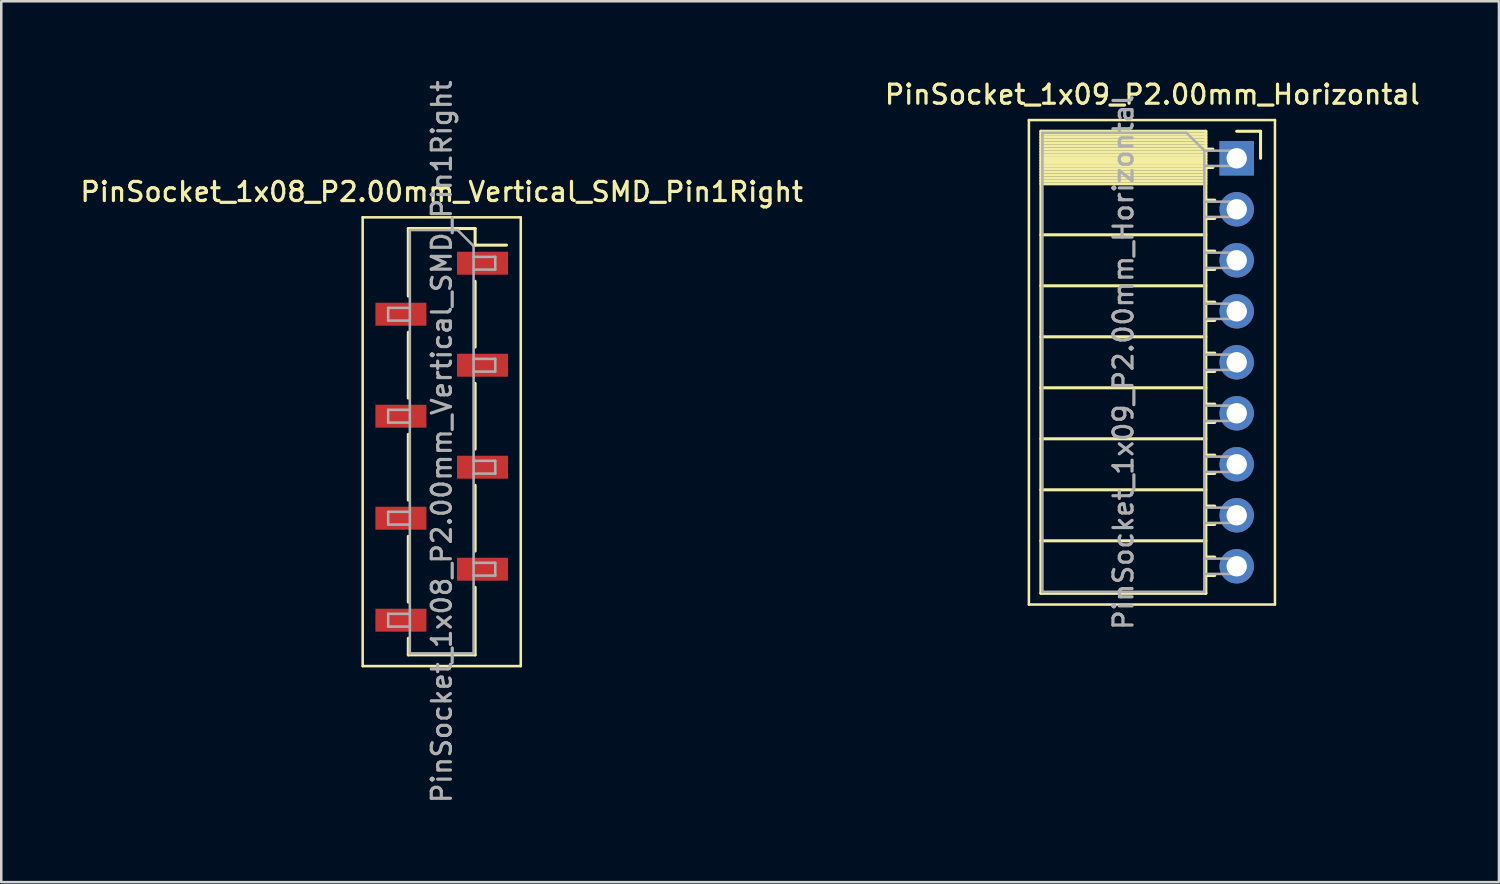
<source format=kicad_pcb>
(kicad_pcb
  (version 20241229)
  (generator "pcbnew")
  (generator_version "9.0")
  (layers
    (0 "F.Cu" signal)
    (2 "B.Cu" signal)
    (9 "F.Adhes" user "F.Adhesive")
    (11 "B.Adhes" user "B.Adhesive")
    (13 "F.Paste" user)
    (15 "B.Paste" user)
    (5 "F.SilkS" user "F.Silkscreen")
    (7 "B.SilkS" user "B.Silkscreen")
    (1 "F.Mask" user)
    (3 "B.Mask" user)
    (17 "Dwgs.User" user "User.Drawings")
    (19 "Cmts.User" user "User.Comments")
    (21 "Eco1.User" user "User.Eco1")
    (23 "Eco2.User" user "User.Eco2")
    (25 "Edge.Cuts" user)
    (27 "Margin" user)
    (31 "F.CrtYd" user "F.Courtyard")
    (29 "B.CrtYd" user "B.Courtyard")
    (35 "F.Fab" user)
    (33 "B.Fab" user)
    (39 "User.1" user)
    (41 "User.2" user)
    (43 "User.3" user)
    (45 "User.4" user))
  (footprint "PinSocket_1x09_P2.00mm_Horizontal"
    (layer "F.Cu")
    (at 45.451 3.158)
    (property "Reference" "PinSocket_1x09_P2.00mm_Horizontal" (at -3.31 -2.5 0) (layer "F.SilkS") (effects (font (size 0.75 0.75) (thickness 0.125))))
    (attr through_hole)
    (fp_line (start -8.15 -1.5) (end -8.15 17.5) (stroke (width 0.1) (type solid)) (layer "F.SilkS"))
    (fp_line (start -8.15 17.5) (end 1.5 17.5) (stroke (width 0.1) (type solid)) (layer "F.SilkS"))
    (fp_line (start -7.68 -1.06) (end -7.68 17.06) (stroke (width 0.12) (type solid)) (layer "F.SilkS"))
    (fp_line (start -7.68 -1.06) (end -1.21 -1.06) (stroke (width 0.12) (type solid)) (layer "F.SilkS"))
    (fp_line (start -7.68 -0.94) (end -1.21 -0.94) (stroke (width 0.12) (type solid)) (layer "F.SilkS"))
    (fp_line (start -7.68 -0.826) (end -1.21 -0.826) (stroke (width 0.12) (type solid)) (layer "F.SilkS"))
    (fp_line (start -7.68 -0.712) (end -1.21 -0.712) (stroke (width 0.12) (type solid)) (layer "F.SilkS"))
    (fp_line (start -7.68 -0.598) (end -1.21 -0.598) (stroke (width 0.12) (type solid)) (layer "F.SilkS"))
    (fp_line (start -7.68 -0.484) (end -1.21 -0.484) (stroke (width 0.12) (type solid)) (layer "F.SilkS"))
    (fp_line (start -7.68 -0.369) (end -1.21 -0.369) (stroke (width 0.12) (type solid)) (layer "F.SilkS"))
    (fp_line (start -7.68 -0.255) (end -1.21 -0.255) (stroke (width 0.12) (type solid)) (layer "F.SilkS"))
    (fp_line (start -7.68 -0.141) (end -1.21 -0.141) (stroke (width 0.12) (type solid)) (layer "F.SilkS"))
    (fp_line (start -7.68 -0.027) (end -1.21 -0.027) (stroke (width 0.12) (type solid)) (layer "F.SilkS"))
    (fp_line (start -7.68 0.087) (end -1.21 0.087) (stroke (width 0.12) (type solid)) (layer "F.SilkS"))
    (fp_line (start -7.68 0.201) (end -1.21 0.201) (stroke (width 0.12) (type solid)) (layer "F.SilkS"))
    (fp_line (start -7.68 0.315) (end -1.21 0.315) (stroke (width 0.12) (type solid)) (layer "F.SilkS"))
    (fp_line (start -7.68 0.429) (end -1.21 0.429) (stroke (width 0.12) (type solid)) (layer "F.SilkS"))
    (fp_line (start -7.68 0.544) (end -1.21 0.544) (stroke (width 0.12) (type solid)) (layer "F.SilkS"))
    (fp_line (start -7.68 0.658) (end -1.21 0.658) (stroke (width 0.12) (type solid)) (layer "F.SilkS"))
    (fp_line (start -7.68 0.772) (end -1.21 0.772) (stroke (width 0.12) (type solid)) (layer "F.SilkS"))
    (fp_line (start -7.68 0.886) (end -1.21 0.886) (stroke (width 0.12) (type solid)) (layer "F.SilkS"))
    (fp_line (start -7.68 1) (end -1.21 1) (stroke (width 0.12) (type solid)) (layer "F.SilkS"))
    (fp_line (start -7.68 3) (end -1.21 3) (stroke (width 0.12) (type solid)) (layer "F.SilkS"))
    (fp_line (start -7.68 5) (end -1.21 5) (stroke (width 0.12) (type solid)) (layer "F.SilkS"))
    (fp_line (start -7.68 7) (end -1.21 7) (stroke (width 0.12) (type solid)) (layer "F.SilkS"))
    (fp_line (start -7.68 9) (end -1.21 9) (stroke (width 0.12) (type solid)) (layer "F.SilkS"))
    (fp_line (start -7.68 11) (end -1.21 11) (stroke (width 0.12) (type solid)) (layer "F.SilkS"))
    (fp_line (start -7.68 13) (end -1.21 13) (stroke (width 0.12) (type solid)) (layer "F.SilkS"))
    (fp_line (start -7.68 15) (end -1.21 15) (stroke (width 0.12) (type solid)) (layer "F.SilkS"))
    (fp_line (start -7.68 17.06) (end -1.21 17.06) (stroke (width 0.12) (type solid)) (layer "F.SilkS"))
    (fp_line (start -1.21 -1.06) (end -1.21 17.06) (stroke (width 0.12) (type solid)) (layer "F.SilkS"))
    (fp_line (start -1.21 -0.36) (end -0.935 -0.36) (stroke (width 0.12) (type solid)) (layer "F.SilkS"))
    (fp_line (start -1.21 0.36) (end -0.935 0.36) (stroke (width 0.12) (type solid)) (layer "F.SilkS"))
    (fp_line (start -1.21 1.64) (end -0.863 1.64) (stroke (width 0.12) (type solid)) (layer "F.SilkS"))
    (fp_line (start -1.21 2.36) (end -0.863 2.36) (stroke (width 0.12) (type solid)) (layer "F.SilkS"))
    (fp_line (start -1.21 3.64) (end -0.863 3.64) (stroke (width 0.12) (type solid)) (layer "F.SilkS"))
    (fp_line (start -1.21 4.36) (end -0.863 4.36) (stroke (width 0.12) (type solid)) (layer "F.SilkS"))
    (fp_line (start -1.21 5.64) (end -0.863 5.64) (stroke (width 0.12) (type solid)) (layer "F.SilkS"))
    (fp_line (start -1.21 6.36) (end -0.863 6.36) (stroke (width 0.12) (type solid)) (layer "F.SilkS"))
    (fp_line (start -1.21 7.64) (end -0.863 7.64) (stroke (width 0.12) (type solid)) (layer "F.SilkS"))
    (fp_line (start -1.21 8.36) (end -0.863 8.36) (stroke (width 0.12) (type solid)) (layer "F.SilkS"))
    (fp_line (start -1.21 9.64) (end -0.863 9.64) (stroke (width 0.12) (type solid)) (layer "F.SilkS"))
    (fp_line (start -1.21 10.36) (end -0.863 10.36) (stroke (width 0.12) (type solid)) (layer "F.SilkS"))
    (fp_line (start -1.21 11.64) (end -0.863 11.64) (stroke (width 0.12) (type solid)) (layer "F.SilkS"))
    (fp_line (start -1.21 12.36) (end -0.863 12.36) (stroke (width 0.12) (type solid)) (layer "F.SilkS"))
    (fp_line (start -1.21 13.64) (end -0.863 13.64) (stroke (width 0.12) (type solid)) (layer "F.SilkS"))
    (fp_line (start -1.21 14.36) (end -0.863 14.36) (stroke (width 0.12) (type solid)) (layer "F.SilkS"))
    (fp_line (start -1.21 15.64) (end -0.863 15.64) (stroke (width 0.12) (type solid)) (layer "F.SilkS"))
    (fp_line (start -1.21 16.36) (end -0.863 16.36) (stroke (width 0.12) (type solid)) (layer "F.SilkS"))
    (fp_line (start 0 -1.06) (end 0.935 -1.06) (stroke (width 0.12) (type solid)) (layer "F.SilkS"))
    (fp_line (start 0.935 -1.06) (end 0.935 0) (stroke (width 0.12) (type solid)) (layer "F.SilkS"))
    (fp_line (start 1.5 -1.5) (end -8.15 -1.5) (stroke (width 0.1) (type solid)) (layer "F.SilkS"))
    (fp_line (start 1.5 17.5) (end 1.5 -1.5) (stroke (width 0.1) (type solid)) (layer "F.SilkS"))
    (fp_line (start -7.62 -1) (end -1.97 -1) (stroke (width 0.1) (type solid)) (layer "F.Fab"))
    (fp_line (start -7.62 17) (end -7.62 -1) (stroke (width 0.1) (type solid)) (layer "F.Fab"))
    (fp_line (start -1.97 -1) (end -1.27 -0.3) (stroke (width 0.1) (type solid)) (layer "F.Fab"))
    (fp_line (start -1.27 -0.3) (end -1.27 17) (stroke (width 0.1) (type solid)) (layer "F.Fab"))
    (fp_line (start -1.27 0.3) (end 0 0.3) (stroke (width 0.1) (type solid)) (layer "F.Fab"))
    (fp_line (start -1.27 2.3) (end 0 2.3) (stroke (width 0.1) (type solid)) (layer "F.Fab"))
    (fp_line (start -1.27 4.3) (end 0 4.3) (stroke (width 0.1) (type solid)) (layer "F.Fab"))
    (fp_line (start -1.27 6.3) (end 0 6.3) (stroke (width 0.1) (type solid)) (layer "F.Fab"))
    (fp_line (start -1.27 8.3) (end 0 8.3) (stroke (width 0.1) (type solid)) (layer "F.Fab"))
    (fp_line (start -1.27 10.3) (end 0 10.3) (stroke (width 0.1) (type solid)) (layer "F.Fab"))
    (fp_line (start -1.27 12.3) (end 0 12.3) (stroke (width 0.1) (type solid)) (layer "F.Fab"))
    (fp_line (start -1.27 14.3) (end 0 14.3) (stroke (width 0.1) (type solid)) (layer "F.Fab"))
    (fp_line (start -1.27 16.3) (end 0 16.3) (stroke (width 0.1) (type solid)) (layer "F.Fab"))
    (fp_line (start -1.27 17) (end -7.62 17) (stroke (width 0.1) (type solid)) (layer "F.Fab"))
    (fp_line (start 0 -0.3) (end -1.27 -0.3) (stroke (width 0.1) (type solid)) (layer "F.Fab"))
    (fp_line (start 0 0.3) (end 0 -0.3) (stroke (width 0.1) (type solid)) (layer "F.Fab"))
    (fp_line (start 0 1.7) (end -1.27 1.7) (stroke (width 0.1) (type solid)) (layer "F.Fab"))
    (fp_line (start 0 2.3) (end 0 1.7) (stroke (width 0.1) (type solid)) (layer "F.Fab"))
    (fp_line (start 0 3.7) (end -1.27 3.7) (stroke (width 0.1) (type solid)) (layer "F.Fab"))
    (fp_line (start 0 4.3) (end 0 3.7) (stroke (width 0.1) (type solid)) (layer "F.Fab"))
    (fp_line (start 0 5.7) (end -1.27 5.7) (stroke (width 0.1) (type solid)) (layer "F.Fab"))
    (fp_line (start 0 6.3) (end 0 5.7) (stroke (width 0.1) (type solid)) (layer "F.Fab"))
    (fp_line (start 0 7.7) (end -1.27 7.7) (stroke (width 0.1) (type solid)) (layer "F.Fab"))
    (fp_line (start 0 8.3) (end 0 7.7) (stroke (width 0.1) (type solid)) (layer "F.Fab"))
    (fp_line (start 0 9.7) (end -1.27 9.7) (stroke (width 0.1) (type solid)) (layer "F.Fab"))
    (fp_line (start 0 10.3) (end 0 9.7) (stroke (width 0.1) (type solid)) (layer "F.Fab"))
    (fp_line (start 0 11.7) (end -1.27 11.7) (stroke (width 0.1) (type solid)) (layer "F.Fab"))
    (fp_line (start 0 12.3) (end 0 11.7) (stroke (width 0.1) (type solid)) (layer "F.Fab"))
    (fp_line (start 0 13.7) (end -1.27 13.7) (stroke (width 0.1) (type solid)) (layer "F.Fab"))
    (fp_line (start 0 14.3) (end 0 13.7) (stroke (width 0.1) (type solid)) (layer "F.Fab"))
    (fp_line (start 0 15.7) (end -1.27 15.7) (stroke (width 0.1) (type solid)) (layer "F.Fab"))
    (fp_line (start 0 16.3) (end 0 15.7) (stroke (width 0.1) (type solid)) (layer "F.Fab"))
    (fp_text user "${REFERENCE}" (at -4.445 8 90) (layer "F.Fab") (effects (font (size 0.75 0.75) (thickness 0.125))))
    (pad "1" thru_hole rect (at 0 0) (size 1.35 1.35) (drill 0.8) (layers "*.Cu" "*.Mask"))
    (pad "2" thru_hole oval (at 0 2) (size 1.35 1.35) (drill 0.8) (layers "*.Cu" "*.Mask"))
    (pad "3" thru_hole oval (at 0 4) (size 1.35 1.35) (drill 0.8) (layers "*.Cu" "*.Mask"))
    (pad "4" thru_hole oval (at 0 6) (size 1.35 1.35) (drill 0.8) (layers "*.Cu" "*.Mask"))
    (pad "5" thru_hole oval (at 0 8) (size 1.35 1.35) (drill 0.8) (layers "*.Cu" "*.Mask"))
    (pad "6" thru_hole oval (at 0 10) (size 1.35 1.35) (drill 0.8) (layers "*.Cu" "*.Mask"))
    (pad "7" thru_hole oval (at 0 12) (size 1.35 1.35) (drill 0.8) (layers "*.Cu" "*.Mask"))
    (pad "8" thru_hole oval (at 0 14) (size 1.35 1.35) (drill 0.8) (layers "*.Cu" "*.Mask"))
    (pad "9" thru_hole oval (at 0 16) (size 1.35 1.35) (drill 0.8) (layers "*.Cu" "*.Mask")))
  (footprint "PinSocket_1x08_P2.00mm_Vertical_SMD_Pin1Right"
    (layer "F.Cu")
    (at 14.273 14.273)
    (property "Reference" "PinSocket_1x08_P2.00mm_Vertical_SMD_Pin1Right" (at 0 -9.8 0) (layer "F.SilkS") (effects (font (size 0.75 0.75) (thickness 0.125))))
    (attr smd)
    (fp_line (start -3.1 -8.8) (end 3.1 -8.8) (stroke (width 0.1) (type solid)) (layer "F.SilkS"))
    (fp_line (start -3.1 8.8) (end -3.1 -8.8) (stroke (width 0.1) (type solid)) (layer "F.SilkS"))
    (fp_line (start -1.31 -8.36) (end -1.31 -5.71) (stroke (width 0.12) (type solid)) (layer "F.SilkS"))
    (fp_line (start -1.31 -8.36) (end 1.31 -8.36) (stroke (width 0.12) (type solid)) (layer "F.SilkS"))
    (fp_line (start -1.31 -4.29) (end -1.31 -1.71) (stroke (width 0.12) (type solid)) (layer "F.SilkS"))
    (fp_line (start -1.31 -0.29) (end -1.31 2.29) (stroke (width 0.12) (type solid)) (layer "F.SilkS"))
    (fp_line (start -1.31 3.71) (end -1.31 6.29) (stroke (width 0.12) (type solid)) (layer "F.SilkS"))
    (fp_line (start -1.31 7.71) (end -1.31 8.36) (stroke (width 0.12) (type solid)) (layer "F.SilkS"))
    (fp_line (start -1.31 8.36) (end 1.31 8.36) (stroke (width 0.12) (type solid)) (layer "F.SilkS"))
    (fp_line (start 1.31 -8.36) (end 1.31 -7.71) (stroke (width 0.12) (type solid)) (layer "F.SilkS"))
    (fp_line (start 1.31 -7.71) (end 2.54 -7.71) (stroke (width 0.12) (type solid)) (layer "F.SilkS"))
    (fp_line (start 1.31 -6.29) (end 1.31 -3.71) (stroke (width 0.12) (type solid)) (layer "F.SilkS"))
    (fp_line (start 1.31 -2.29) (end 1.31 0.29) (stroke (width 0.12) (type solid)) (layer "F.SilkS"))
    (fp_line (start 1.31 1.71) (end 1.31 4.29) (stroke (width 0.12) (type solid)) (layer "F.SilkS"))
    (fp_line (start 1.31 5.71) (end 1.31 8.36) (stroke (width 0.12) (type solid)) (layer "F.SilkS"))
    (fp_line (start 3.1 -8.8) (end 3.1 8.8) (stroke (width 0.1) (type solid)) (layer "F.SilkS"))
    (fp_line (start 3.1 8.8) (end -3.1 8.8) (stroke (width 0.1) (type solid)) (layer "F.SilkS"))
    (fp_line (start -2.1 -5.25) (end -1.25 -5.25) (stroke (width 0.1) (type solid)) (layer "F.Fab"))
    (fp_line (start -2.1 -4.75) (end -2.1 -5.25) (stroke (width 0.1) (type solid)) (layer "F.Fab"))
    (fp_line (start -2.1 -1.25) (end -1.25 -1.25) (stroke (width 0.1) (type solid)) (layer "F.Fab"))
    (fp_line (start -2.1 -0.75) (end -2.1 -1.25) (stroke (width 0.1) (type solid)) (layer "F.Fab"))
    (fp_line (start -2.1 2.75) (end -1.25 2.75) (stroke (width 0.1) (type solid)) (layer "F.Fab"))
    (fp_line (start -2.1 3.25) (end -2.1 2.75) (stroke (width 0.1) (type solid)) (layer "F.Fab"))
    (fp_line (start -2.1 6.75) (end -1.25 6.75) (stroke (width 0.1) (type solid)) (layer "F.Fab"))
    (fp_line (start -2.1 7.25) (end -2.1 6.75) (stroke (width 0.1) (type solid)) (layer "F.Fab"))
    (fp_line (start -1.25 -8.3) (end 0.625 -8.3) (stroke (width 0.1) (type solid)) (layer "F.Fab"))
    (fp_line (start -1.25 -4.75) (end -2.1 -4.75) (stroke (width 0.1) (type solid)) (layer "F.Fab"))
    (fp_line (start -1.25 -0.75) (end -2.1 -0.75) (stroke (width 0.1) (type solid)) (layer "F.Fab"))
    (fp_line (start -1.25 3.25) (end -2.1 3.25) (stroke (width 0.1) (type solid)) (layer "F.Fab"))
    (fp_line (start -1.25 7.25) (end -2.1 7.25) (stroke (width 0.1) (type solid)) (layer "F.Fab"))
    (fp_line (start -1.25 8.3) (end -1.25 -8.3) (stroke (width 0.1) (type solid)) (layer "F.Fab"))
    (fp_line (start 0.625 -8.3) (end 1.25 -7.675) (stroke (width 0.1) (type solid)) (layer "F.Fab"))
    (fp_line (start 1.25 -7.675) (end 1.25 8.3) (stroke (width 0.1) (type solid)) (layer "F.Fab"))
    (fp_line (start 1.25 -7.25) (end 2.1 -7.25) (stroke (width 0.1) (type solid)) (layer "F.Fab"))
    (fp_line (start 1.25 -3.25) (end 2.1 -3.25) (stroke (width 0.1) (type solid)) (layer "F.Fab"))
    (fp_line (start 1.25 0.75) (end 2.1 0.75) (stroke (width 0.1) (type solid)) (layer "F.Fab"))
    (fp_line (start 1.25 4.75) (end 2.1 4.75) (stroke (width 0.1) (type solid)) (layer "F.Fab"))
    (fp_line (start 1.25 8.3) (end -1.25 8.3) (stroke (width 0.1) (type solid)) (layer "F.Fab"))
    (fp_line (start 2.1 -7.25) (end 2.1 -6.75) (stroke (width 0.1) (type solid)) (layer "F.Fab"))
    (fp_line (start 2.1 -6.75) (end 1.25 -6.75) (stroke (width 0.1) (type solid)) (layer "F.Fab"))
    (fp_line (start 2.1 -3.25) (end 2.1 -2.75) (stroke (width 0.1) (type solid)) (layer "F.Fab"))
    (fp_line (start 2.1 -2.75) (end 1.25 -2.75) (stroke (width 0.1) (type solid)) (layer "F.Fab"))
    (fp_line (start 2.1 0.75) (end 2.1 1.25) (stroke (width 0.1) (type solid)) (layer "F.Fab"))
    (fp_line (start 2.1 1.25) (end 1.25 1.25) (stroke (width 0.1) (type solid)) (layer "F.Fab"))
    (fp_line (start 2.1 4.75) (end 2.1 5.25) (stroke (width 0.1) (type solid)) (layer "F.Fab"))
    (fp_line (start 2.1 5.25) (end 1.25 5.25) (stroke (width 0.1) (type solid)) (layer "F.Fab"))
    (fp_text user "${REFERENCE}" (at 0 0 90) (layer "F.Fab") (effects (font (size 0.75 0.75) (thickness 0.125))))
    (pad "1" smd rect (at 1.6 -7) (size 2 0.9) (layers "F.Cu" "F.Mask" "F.Paste"))
    (pad "2" smd rect (at -1.6 -5) (size 2 0.9) (layers "F.Cu" "F.Mask" "F.Paste"))
    (pad "3" smd rect (at 1.6 -3) (size 2 0.9) (layers "F.Cu" "F.Mask" "F.Paste"))
    (pad "4" smd rect (at -1.6 -1) (size 2 0.9) (layers "F.Cu" "F.Mask" "F.Paste"))
    (pad "5" smd rect (at 1.6 1) (size 2 0.9) (layers "F.Cu" "F.Mask" "F.Paste"))
    (pad "6" smd rect (at -1.6 3) (size 2 0.9) (layers "F.Cu" "F.Mask" "F.Paste"))
    (pad "7" smd rect (at 1.6 5) (size 2 0.9) (layers "F.Cu" "F.Mask" "F.Paste"))
    (pad "8" smd rect (at -1.6 7) (size 2 0.9) (layers "F.Cu" "F.Mask" "F.Paste")))
  (gr_rect
    (start -3 -3)
    (end 55.736 31.546)
    (stroke (width 0.1) (type default))
    (fill no)
    (layer "Edge.Cuts")))
</source>
